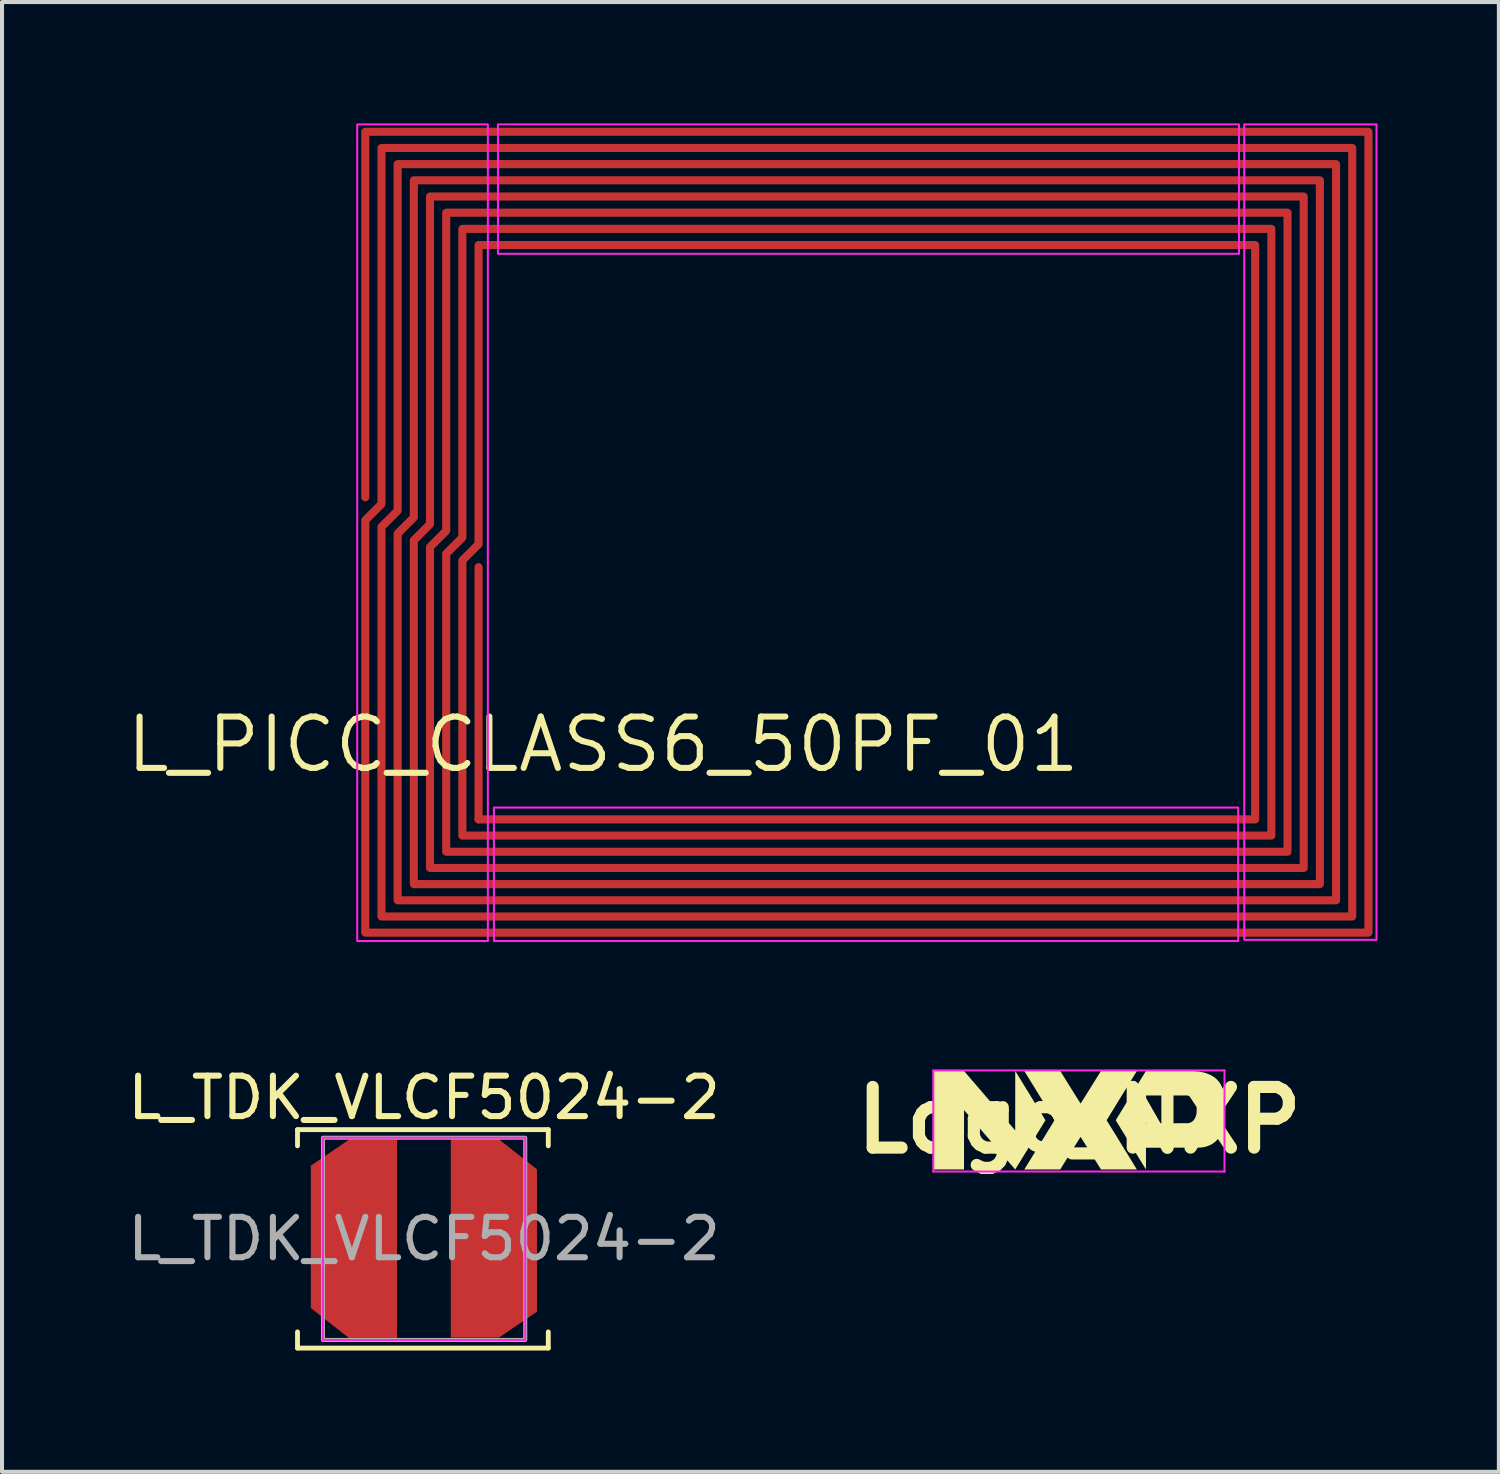
<source format=kicad_pcb>
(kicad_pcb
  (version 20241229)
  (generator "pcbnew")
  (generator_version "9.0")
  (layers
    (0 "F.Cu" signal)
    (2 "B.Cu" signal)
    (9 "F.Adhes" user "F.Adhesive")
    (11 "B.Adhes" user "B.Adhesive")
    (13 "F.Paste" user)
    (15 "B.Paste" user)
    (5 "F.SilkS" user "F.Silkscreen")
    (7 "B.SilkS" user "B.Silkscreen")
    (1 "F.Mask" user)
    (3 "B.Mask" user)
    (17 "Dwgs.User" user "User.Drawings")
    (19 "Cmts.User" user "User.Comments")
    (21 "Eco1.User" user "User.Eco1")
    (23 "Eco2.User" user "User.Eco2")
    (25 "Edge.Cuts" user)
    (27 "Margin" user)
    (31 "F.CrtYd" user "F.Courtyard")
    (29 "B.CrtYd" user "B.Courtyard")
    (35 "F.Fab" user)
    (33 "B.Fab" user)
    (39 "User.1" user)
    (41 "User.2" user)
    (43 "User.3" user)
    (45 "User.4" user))
  (footprint "L_TDK_VLCF5024-2"
    (layer "F.Cu")
    (at 7.435 27.578)
    (property "Reference" "L_TDK_VLCF5024-2" (at 0 -3.49 0) (unlocked yes) (layer "F.SilkS") (effects (font (size 1 1) (thickness 0.15))))
    (attr smd)
    (fp_line (start -3.13 -2.7) (end -3.13 -2.3) (stroke (width 0.12) (type solid)) (layer "F.SilkS"))
    (fp_line (start -3.13 -2.7) (end 3.07 -2.7) (stroke (width 0.12) (type solid)) (layer "F.SilkS"))
    (fp_line (start -3.13 2.7) (end -3.13 2.3) (stroke (width 0.12) (type solid)) (layer "F.SilkS"))
    (fp_line (start -3.13 2.7) (end 3.07 2.7) (stroke (width 0.12) (type solid)) (layer "F.SilkS"))
    (fp_line (start 3.07 -2.7) (end 3.07 -2.3) (stroke (width 0.12) (type solid)) (layer "F.SilkS"))
    (fp_line (start 3.07 2.7) (end 3.07 2.3) (stroke (width 0.12) (type solid)) (layer "F.SilkS"))
    (fp_rect (start -2.5 -2.5) (end 2.5 2.5) (stroke (width 0.05) (type solid)) (fill no) (layer "F.CrtYd"))
    (fp_rect (start -2.5 -2.5) (end 2.5 2.5) (stroke (width 0.1) (type solid)) (fill no) (layer "F.Fab"))
    (fp_text user "${REFERENCE}" (at 0 0 0) (unlocked yes) (layer "F.Fab") (effects (font (size 1 1) (thickness 0.15))))
    (pad "1" smd custom (at -1.27 0) (size 1.2 4.9) (layers "F.Cu" "F.Mask" "F.Paste") (options (anchor rect)) (primitives (gr_poly (pts (xy -1.53 -1.81) (xy -0.59 -2.45) (xy -0.59 2.45) (xy -1.53 1.71)) (width 0) (fill yes))))
    (pad "2" smd custom (at 1.26 -0.01 180) (size 1.2 4.9) (layers "F.Cu" "F.Mask" "F.Paste") (options (anchor rect)) (primitives (gr_poly (pts (xy -1.53 -1.81) (xy -0.59 -2.45) (xy -0.59 2.45) (xy -1.53 1.71)) (width 0) (fill yes)))))
  (footprint "Logo_NXP"
    (layer "F.Cu")
    (at 23.633 24.644)
    (property "Reference" "Logo_NXP" (at 0 0 180) (layer "F.SilkS") (effects (font (size 1.5 1.5) (thickness 0.3))))
    (attr board_only exclude_from_pos_files exclude_from_bom)
    (fp_poly (pts (xy -1.21 -0.609) (xy -1.183 -0.565) (xy -1.156 -0.521) (xy -1.13 -0.478) (xy -1.104 -0.436) (xy -1.079 -0.395) (xy -1.055 -0.356) (xy -1.032 -0.318) (xy -1.009 -0.282) (xy -0.988 -0.247) (xy -0.968 -0.214) (xy -0.949 -0.183) (xy -0.931 -0.154) (xy -0.915 -0.127) (xy -0.9 -0.102) (xy -0.886 -0.08) (xy -0.874 -0.06) (xy -0.863 -0.043) (xy -0.855 -0.028) (xy -0.847 -0.016) (xy -0.842 -0.007) (xy -0.839 -0.002) (xy -0.837 0.001) (xy -0.837 0.001) (xy -0.838 0.003) (xy -0.841 0.008) (xy -0.846 0.016) (xy -0.853 0.027) (xy -0.861 0.041) (xy -0.871 0.057) (xy -0.882 0.076) (xy -0.895 0.097) (xy -0.909 0.12) (xy -0.925 0.145) (xy -0.941 0.172) (xy -0.959 0.201) (xy -0.978 0.232) (xy -0.997 0.264) (xy -1.018 0.297) (xy -1.039 0.331) (xy -1.061 0.367) (xy -1.083 0.403) (xy -1.106 0.44) (xy -1.129 0.478) (xy -1.152 0.517) (xy -1.176 0.555) (xy -1.2 0.594) (xy -1.224 0.633) (xy -1.248 0.672) (xy -1.271 0.71) (xy -1.295 0.749) (xy -1.318 0.786) (xy -1.341 0.823) (xy -1.363 0.86) (xy -1.385 0.895) (xy -1.406 0.929) (xy -1.426 0.962) (xy -1.446 0.994) (xy -1.464 1.024) (xy -1.482 1.053) (xy -1.498 1.079) (xy -1.514 1.104) (xy -1.528 1.127) (xy -1.541 1.148) (xy -1.552 1.166) (xy -1.562 1.182) (xy -1.57 1.195) (xy -1.576 1.205) (xy -1.581 1.213) (xy -1.584 1.217) (xy -1.585 1.218) (xy -1.586 1.217) (xy -1.59 1.213) (xy -1.596 1.206) (xy -1.604 1.196) (xy -1.615 1.183) (xy -1.628 1.168) (xy -1.643 1.151) (xy -1.66 1.131) (xy -1.679 1.11) (xy -1.7 1.086) (xy -1.722 1.059) (xy -1.746 1.031) (xy -1.772 1.001) (xy -1.799 0.97) (xy -1.828 0.936) (xy -1.858 0.901) (xy -1.89 0.865) (xy -1.923 0.826) (xy -1.957 0.787) (xy -1.992 0.746) (xy -2.028 0.705) (xy -2.065 0.662) (xy -2.103 0.618) (xy -2.141 0.573) (xy -2.181 0.527) (xy -2.217 0.484) (xy -2.849 -0.25) (xy -2.85 0.485) (xy -2.85 1.219) (xy -3.225 1.219) (xy -3.601 1.219) (xy -3.601 0.001) (xy -3.601 -1.217) (xy -3.226 -1.217) (xy -2.851 -1.217) (xy -2.218 -0.482) (xy -1.585 0.253) (xy -1.584 -0.482) (xy -1.583 -1.217)) (stroke (width 0) (type solid)) (fill yes) (layer "F.SilkS"))
    (fp_poly (pts (xy 2.279 -1.217) (xy 2.337 -1.217) (xy 2.392 -1.217) (xy 2.445 -1.217) (xy 2.494 -1.217) (xy 2.54 -1.217) (xy 2.582 -1.217) (xy 2.622 -1.217) (xy 2.658 -1.216) (xy 2.691 -1.216) (xy 2.72 -1.216) (xy 2.746 -1.216) (xy 2.768 -1.216) (xy 2.787 -1.216) (xy 2.802 -1.216) (xy 2.813 -1.215) (xy 2.82 -1.215) (xy 2.822 -1.215) (xy 2.888 -1.21) (xy 2.951 -1.203) (xy 3.01 -1.193) (xy 3.067 -1.181) (xy 3.12 -1.166) (xy 3.171 -1.149) (xy 3.218 -1.13) (xy 3.263 -1.108) (xy 3.305 -1.083) (xy 3.343 -1.057) (xy 3.379 -1.028) (xy 3.412 -0.996) (xy 3.431 -0.975) (xy 3.458 -0.941) (xy 3.483 -0.905) (xy 3.505 -0.867) (xy 3.525 -0.827) (xy 3.542 -0.784) (xy 3.557 -0.738) (xy 3.57 -0.69) (xy 3.581 -0.64) (xy 3.589 -0.586) (xy 3.596 -0.529) (xy 3.6 -0.469) (xy 3.6 -0.453) (xy 3.601 -0.442) (xy 3.601 -0.427) (xy 3.601 -0.41) (xy 3.602 -0.39) (xy 3.602 -0.367) (xy 3.602 -0.343) (xy 3.602 -0.318) (xy 3.602 -0.292) (xy 3.602 -0.265) (xy 3.602 -0.238) (xy 3.602 -0.211) (xy 3.602 -0.184) (xy 3.602 -0.159) (xy 3.602 -0.134) (xy 3.602 -0.112) (xy 3.602 -0.092) (xy 3.601 -0.074) (xy 3.601 -0.059) (xy 3.601 -0.047) (xy 3.6 -0.042) (xy 3.596 0.019) (xy 3.588 0.079) (xy 3.578 0.135) (xy 3.565 0.19) (xy 3.549 0.242) (xy 3.531 0.291) (xy 3.509 0.338) (xy 3.485 0.382) (xy 3.458 0.424) (xy 3.429 0.463) (xy 3.425 0.468) (xy 3.393 0.502) (xy 3.359 0.534) (xy 3.323 0.562) (xy 3.284 0.588) (xy 3.243 0.611) (xy 3.199 0.63) (xy 3.153 0.647) (xy 3.105 0.66) (xy 3.067 0.668) (xy 3.061 0.669) (xy 3.056 0.67) (xy 3.051 0.671) (xy 3.047 0.672) (xy 3.043 0.672) (xy 3.038 0.673) (xy 3.034 0.674) (xy 3.029 0.674) (xy 3.024 0.675) (xy 3.018 0.675) (xy 3.012 0.676) (xy 3.004 0.676) (xy 2.996 0.677) (xy 2.987 0.677) (xy 2.977 0.678) (xy 2.965 0.678) (xy 2.952 0.678) (xy 2.938 0.678) (xy 2.921 0.679) (xy 2.903 0.679) (xy 2.883 0.679) (xy 2.861 0.679) (xy 2.837 0.679) (xy 2.81 0.679) (xy 2.781 0.679) (xy 2.749 0.679) (xy 2.715 0.68) (xy 2.678 0.68) (xy 2.637 0.68) (xy 2.594 0.68) (xy 2.547 0.68) (xy 2.497 0.68) (xy 2.444 0.68) (xy 2.387 0.68) (xy 2.326 0.68) (xy 2.32 0.68) (xy 1.649 0.681) (xy 1.648 0.95) (xy 1.648 1.219) (xy 1.275 0.611) (xy 1.247 0.566) (xy 1.22 0.522) (xy 1.194 0.48) (xy 1.168 0.438) (xy 1.143 0.397) (xy 1.119 0.358) (xy 1.096 0.32) (xy 1.074 0.284) (xy 1.052 0.249) (xy 1.032 0.216) (xy 1.013 0.185) (xy 0.996 0.156) (xy 0.979 0.129) (xy 0.964 0.104) (xy 0.95 0.082) (xy 0.938 0.062) (xy 0.928 0.045) (xy 0.919 0.03) (xy 0.912 0.018) (xy 0.906 0.01) (xy 0.903 0.004) (xy 0.901 0.001) (xy 0.901 0.001) (xy 0.902 -0.001) (xy 0.905 -0.006) (xy 0.91 -0.014) (xy 0.917 -0.025) (xy 0.925 -0.039) (xy 0.935 -0.055) (xy 0.947 -0.075) (xy 0.96 -0.096) (xy 0.975 -0.12) (xy 0.991 -0.147) (xy 1.009 -0.175) (xy 1.027 -0.206) (xy 1.047 -0.238) (xy 1.068 -0.273) (xy 1.09 -0.309) (xy 1.113 -0.346) (xy 1.137 -0.385) (xy 1.162 -0.425) (xy 1.187 -0.467) (xy 1.213 -0.51) (xy 1.24 -0.553) (xy 1.267 -0.598) (xy 1.274 -0.609) (xy 1.276 -0.612) (xy 1.651 -0.612) (xy 1.651 -0.268) (xy 1.651 0.076) (xy 2.163 0.076) (xy 2.218 0.076) (xy 2.27 0.076) (xy 2.32 0.076) (xy 2.367 0.076) (xy 2.411 0.076) (xy 2.452 0.075) (xy 2.49 0.075) (xy 2.525 0.075) (xy 2.557 0.075) (xy 2.586 0.075) (xy 2.612 0.075) (xy 2.634 0.075) (xy 2.652 0.075) (xy 2.667 0.074) (xy 2.679 0.074) (xy 2.687 0.074) (xy 2.69 0.074) (xy 2.691 0.074) (xy 2.72 0.068) (xy 2.747 0.059) (xy 2.772 0.047) (xy 2.795 0.032) (xy 2.816 0.013) (xy 2.835 -0.009) (xy 2.852 -0.034) (xy 2.866 -0.062) (xy 2.879 -0.093) (xy 2.889 -0.126) (xy 2.897 -0.163) (xy 2.898 -0.169) (xy 2.899 -0.177) (xy 2.9 -0.187) (xy 2.9 -0.201) (xy 2.901 -0.217) (xy 2.901 -0.234) (xy 2.902 -0.253) (xy 2.902 -0.273) (xy 2.902 -0.293) (xy 2.902 -0.313) (xy 2.902 -0.332) (xy 2.902 -0.349) (xy 2.902 -0.365) (xy 2.902 -0.378) (xy 2.901 -0.389) (xy 2.901 -0.391) (xy 2.896 -0.424) (xy 2.889 -0.454) (xy 2.879 -0.481) (xy 2.867 -0.504) (xy 2.86 -0.515) (xy 2.85 -0.526) (xy 2.839 -0.538) (xy 2.827 -0.55) (xy 2.815 -0.56) (xy 2.803 -0.567) (xy 2.782 -0.579) (xy 2.757 -0.589) (xy 2.729 -0.597) (xy 2.698 -0.604) (xy 2.683 -0.607) (xy 2.657 -0.611) (xy 2.154 -0.612) (xy 1.651 -0.612) (xy 1.276 -0.612) (xy 1.648 -1.217) (xy 2.218 -1.217)) (stroke (width 0) (type solid)) (fill yes) (layer "F.SilkS"))
    (fp_poly (pts (xy 0.98 -1.217) (xy 1.423 -1.216) (xy 1.053 -0.613) (xy 1.026 -0.569) (xy 0.999 -0.525) (xy 0.973 -0.482) (xy 0.947 -0.441) (xy 0.922 -0.4) (xy 0.898 -0.361) (xy 0.875 -0.323) (xy 0.853 -0.287) (xy 0.831 -0.252) (xy 0.811 -0.219) (xy 0.792 -0.188) (xy 0.774 -0.159) (xy 0.758 -0.132) (xy 0.743 -0.107) (xy 0.729 -0.085) (xy 0.717 -0.065) (xy 0.706 -0.048) (xy 0.697 -0.034) (xy 0.69 -0.022) (xy 0.685 -0.013) (xy 0.681 -0.007) (xy 0.68 -0.005) (xy 0.68 -0.005) (xy 0.676 0.001) (xy 1.05 0.609) (xy 1.077 0.654) (xy 1.104 0.698) (xy 1.13 0.741) (xy 1.156 0.782) (xy 1.181 0.823) (xy 1.205 0.862) (xy 1.228 0.9) (xy 1.251 0.937) (xy 1.272 0.971) (xy 1.292 1.004) (xy 1.311 1.035) (xy 1.329 1.064) (xy 1.345 1.091) (xy 1.36 1.116) (xy 1.374 1.138) (xy 1.386 1.158) (xy 1.397 1.175) (xy 1.406 1.189) (xy 1.413 1.201) (xy 1.418 1.21) (xy 1.422 1.215) (xy 1.423 1.218) (xy 1.423 1.218) (xy 1.421 1.218) (xy 1.416 1.218) (xy 1.406 1.218) (xy 1.394 1.218) (xy 1.378 1.218) (xy 1.359 1.219) (xy 1.338 1.219) (xy 1.313 1.219) (xy 1.287 1.219) (xy 1.257 1.219) (xy 1.226 1.219) (xy 1.193 1.219) (xy 1.158 1.219) (xy 1.121 1.219) (xy 1.083 1.219) (xy 1.043 1.219) (xy 1.002 1.219) (xy 0.98 1.218) (xy 0.536 1.218) (xy 0.284 0.814) (xy 0.257 0.77) (xy 0.231 0.729) (xy 0.206 0.689) (xy 0.183 0.652) (xy 0.161 0.617) (xy 0.141 0.585) (xy 0.122 0.555) (xy 0.105 0.528) (xy 0.09 0.504) (xy 0.076 0.482) (xy 0.064 0.463) (xy 0.054 0.447) (xy 0.045 0.434) (xy 0.039 0.424) (xy 0.034 0.417) (xy 0.031 0.413) (xy 0.031 0.413) (xy 0.03 0.415) (xy 0.026 0.42) (xy 0.021 0.428) (xy 0.015 0.438) (xy 0.006 0.452) (xy -0.004 0.468) (xy -0.016 0.487) (xy -0.029 0.508) (xy -0.043 0.531) (xy -0.059 0.556) (xy -0.076 0.583) (xy -0.093 0.612) (xy -0.112 0.642) (xy -0.132 0.674) (xy -0.153 0.707) (xy -0.174 0.741) (xy -0.196 0.776) (xy -0.219 0.812) (xy -0.221 0.817) (xy -0.472 1.218) (xy -0.915 1.218) (xy -0.957 1.219) (xy -0.997 1.219) (xy -1.036 1.219) (xy -1.073 1.219) (xy -1.109 1.219) (xy -1.144 1.219) (xy -1.176 1.219) (xy -1.207 1.219) (xy -1.235 1.219) (xy -1.26 1.219) (xy -1.284 1.219) (xy -1.304 1.219) (xy -1.321 1.218) (xy -1.336 1.218) (xy -1.347 1.218) (xy -1.354 1.218) (xy -1.358 1.218) (xy -1.359 1.218) (xy -1.358 1.217) (xy -1.355 1.212) (xy -1.35 1.204) (xy -1.343 1.193) (xy -1.335 1.179) (xy -1.325 1.162) (xy -1.313 1.143) (xy -1.3 1.122) (xy -1.285 1.098) (xy -1.269 1.071) (xy -1.252 1.043) (xy -1.233 1.012) (xy -1.213 0.98) (xy -1.192 0.946) (xy -1.17 0.91) (xy -1.147 0.872) (xy -1.123 0.834) (xy -1.098 0.793) (xy -1.073 0.752) (xy -1.047 0.709) (xy -1.02 0.666) (xy -0.993 0.621) (xy -0.986 0.61) (xy -0.958 0.565) (xy -0.931 0.521) (xy -0.905 0.478) (xy -0.879 0.436) (xy -0.854 0.396) (xy -0.83 0.356) (xy -0.807 0.319) (xy -0.785 0.282) (xy -0.764 0.248) (xy -0.743 0.215) (xy -0.724 0.184) (xy -0.707 0.155) (xy -0.69 0.128) (xy -0.675 0.103) (xy -0.661 0.081) (xy -0.649 0.061) (xy -0.639 0.044) (xy -0.63 0.03) (xy -0.623 0.018) (xy -0.617 0.009) (xy -0.614 0.003) (xy -0.612 0.001) (xy -0.612 0.001) (xy -0.613 -0.001) (xy -0.616 -0.006) (xy -0.621 -0.014) (xy -0.628 -0.025) (xy -0.636 -0.039) (xy -0.646 -0.055) (xy -0.658 -0.074) (xy -0.671 -0.096) (xy -0.686 -0.12) (xy -0.702 -0.146) (xy -0.72 -0.175) (xy -0.738 -0.205) (xy -0.758 -0.237) (xy -0.779 -0.272) (xy -0.801 -0.307) (xy -0.824 -0.345) (xy -0.848 -0.384) (xy -0.873 -0.424) (xy -0.898 -0.465) (xy -0.924 -0.508) (xy -0.951 -0.551) (xy -0.978 -0.596) (xy -0.982 -0.602) (xy -1.009 -0.647) (xy -1.036 -0.691) (xy -1.063 -0.733) (xy -1.088 -0.775) (xy -1.113 -0.816) (xy -1.137 -0.855) (xy -1.16 -0.893) (xy -1.183 -0.929) (xy -1.204 -0.964) (xy -1.224 -0.996) (xy -1.243 -1.028) (xy -1.261 -1.057) (xy -1.278 -1.083) (xy -1.293 -1.108) (xy -1.306 -1.13) (xy -1.318 -1.15) (xy -1.329 -1.167) (xy -1.338 -1.182) (xy -1.345 -1.194) (xy -1.351 -1.202) (xy -1.354 -1.208) (xy -1.356 -1.211) (xy -1.356 -1.211) (xy -1.359 -1.217) (xy -0.915 -1.217) (xy -0.471 -1.217) (xy -0.221 -0.814) (xy -0.198 -0.778) (xy -0.176 -0.743) (xy -0.155 -0.708) (xy -0.134 -0.675) (xy -0.114 -0.643) (xy -0.095 -0.613) (xy -0.077 -0.584) (xy -0.06 -0.557) (xy -0.044 -0.532) (xy -0.029 -0.508) (xy -0.016 -0.487) (xy -0.004 -0.469) (xy 0.006 -0.452) (xy 0.015 -0.438) (xy 0.022 -0.427) (xy 0.027 -0.419) (xy 0.031 -0.414) (xy 0.032 -0.412) (xy 0.032 -0.412) (xy 0.033 -0.413) (xy 0.036 -0.418) (xy 0.041 -0.426) (xy 0.048 -0.437) (xy 0.057 -0.45) (xy 0.067 -0.466) (xy 0.079 -0.484) (xy 0.092 -0.505) (xy 0.106 -0.528) (xy 0.122 -0.553) (xy 0.139 -0.58) (xy 0.156 -0.608) (xy 0.175 -0.639) (xy 0.195 -0.67) (xy 0.216 -0.703) (xy 0.237 -0.737) (xy 0.259 -0.772) (xy 0.281 -0.808) (xy 0.282 -0.81) (xy 0.305 -0.846) (xy 0.327 -0.881) (xy 0.348 -0.916) (xy 0.369 -0.949) (xy 0.389 -0.981) (xy 0.408 -1.011) (xy 0.426 -1.04) (xy 0.443 -1.067) (xy 0.459 -1.092) (xy 0.473 -1.116) (xy 0.486 -1.137) (xy 0.498 -1.156) (xy 0.508 -1.172) (xy 0.517 -1.186) (xy 0.524 -1.197) (xy 0.529 -1.205) (xy 0.533 -1.211) (xy 0.534 -1.213) (xy 0.534 -1.213) (xy 0.538 -1.217)) (stroke (width 0) (type solid)) (fill yes) (layer "F.SilkS"))
    (fp_line (start -3.61 -1.23) (end 3.59 -1.23) (stroke (width 0.05) (type default)) (layer "F.CrtYd"))
    (fp_line (start -3.61 1.27) (end -3.61 -1.23) (stroke (width 0.05) (type default)) (layer "F.CrtYd"))
    (fp_line (start 3.59 -1.23) (end 3.59 1.27) (stroke (width 0.05) (type default)) (layer "F.CrtYd"))
    (fp_line (start 3.59 1.27) (end -3.61 1.27) (stroke (width 0.05) (type default)) (layer "F.CrtYd")))
  (footprint "L_PICC_CLASS6_50PF_01"
    (layer "F.Cu")
    (at 18.661 9.955)
    (property "Reference" "L_PICC_CLASS6_50PF_01" (at -6.8 5.4 0) (layer "F.SilkS") (effects (font (size 1.27 1.27) (thickness 0.15))))
    (attr smd allow_missing_courtyard)
    (fp_rect (start -12.88 -9.93) (end -9.65 10.26) (stroke (width 0.05) (type default)) (fill no) (layer "F.CrtYd"))
    (fp_rect (start -9.5 6.96) (end 8.9 10.26) (stroke (width 0.05) (type default)) (fill no) (layer "F.CrtYd"))
    (fp_rect (start -9.4 -9.93) (end 8.92 -6.73) (stroke (width 0.05) (type default)) (fill no) (layer "F.CrtYd"))
    (fp_rect (start 9.05 -9.93) (end 12.32 10.23) (stroke (width 0.05) (type default)) (fill no) (layer "F.CrtYd"))
    (pad "1" smd custom (at -12.68 -0.71 270) (size 0.2 0.2) (layers "F.Cu") (options (anchor circle)) (primitives (gr_line (start 0 0) (end -9.037 0) (width 0.2)) (gr_line (start -9.037 0) (end -9.037 -24.8) (width 0.2)) (gr_line (start -9.037 -24.8) (end 10.763 -24.8) (width 0.2)) (gr_line (start 10.763 -24.8) (end 10.763 0) (width 0.2)) (gr_line (start 10.763 0) (end 0.566 0) (width 0.2)) (gr_line (start 0.566 0) (end 0.166 -0.4) (width 0.2)) (gr_line (start 0.166 -0.4) (end -8.637 -0.4) (width 0.2)) (gr_line (start -8.637 -0.4) (end -8.637 -24.4) (width 0.2)) (gr_line (start -8.637 -24.4) (end 10.363 -24.4) (width 0.2)) (gr_line (start 10.363 -24.4) (end 10.363 -0.4) (width 0.2)) (gr_line (start 10.363 -0.4) (end 0.731 -0.4) (width 0.2)) (gr_line (start 0.731 -0.4) (end 0.331 -0.8) (width 0.2)) (gr_line (start 0.331 -0.8) (end -8.237 -0.8) (width 0.2)) (gr_line (start -8.237 -0.8) (end -8.237 -24) (width 0.2)) (gr_line (start -8.237 -24) (end 9.963 -24) (width 0.2)) (gr_line (start 9.963 -24) (end 9.963 -0.8) (width 0.2)) (gr_line (start 9.963 -0.8) (end 0.897 -0.8) (width 0.2)) (gr_line (start 0.897 -0.8) (end 0.497 -1.2) (width 0.2)) (gr_line (start 0.497 -1.2) (end -7.837 -1.2) (width 0.2)) (gr_line (start -7.837 -1.2) (end -7.837 -23.6) (width 0.2)) (gr_line (start -7.837 -23.6) (end 9.563 -23.6) (width 0.2)) (gr_line (start 9.563 -23.6) (end 9.563 -1.2) (width 0.2)) (gr_line (start 9.563 -1.2) (end 1.063 -1.2) (width 0.2)) (gr_line (start 1.063 -1.2) (end 0.663 -1.6) (width 0.2)) (gr_line (start 0.663 -1.6) (end -7.437 -1.6) (width 0.2)) (gr_line (start -7.437 -1.6) (end -7.437 -23.2) (width 0.2)) (gr_line (start -7.437 -23.2) (end 9.163 -23.2) (width 0.2)) (gr_line (start 9.163 -23.2) (end 9.163 -1.6) (width 0.2)) (gr_line (start 9.163 -1.6) (end 1.228 -1.6) (width 0.2)) (gr_line (start 1.228 -1.6) (end 0.828 -2) (width 0.2)) (gr_line (start 0.828 -2) (end -7.037 -2) (width 0.2)) (gr_line (start -7.037 -2) (end -7.037 -22.8) (width 0.2)) (gr_line (start -7.037 -22.8) (end 8.763 -22.8) (width 0.2)) (gr_line (start 8.763 -22.8) (end 8.763 -2) (width 0.2)) (gr_line (start 8.763 -2) (end 1.394 -2) (width 0.2)) (gr_line (start 1.394 -2) (end 0.994 -2.4) (width 0.2)) (gr_line (start 0.994 -2.4) (end -6.637 -2.4) (width 0.2)) (gr_line (start -6.637 -2.4) (end -6.637 -22.4) (width 0.2)) (gr_line (start -6.637 -22.4) (end 8.363 -22.4) (width 0.2)) (gr_line (start 8.363 -22.4) (end 8.363 -2.4) (width 0.2)) (gr_line (start 8.363 -2.4) (end 1.56 -2.4) (width 0.2)) (gr_line (start 1.56 -2.4) (end 1.16 -2.8) (width 0.2)) (gr_line (start 1.16 -2.8) (end -6.237 -2.8) (width 0.2)) (gr_line (start -6.237 -2.8) (end -6.237 -22) (width 0.2)) (gr_line (start -6.237 -22) (end 7.963 -22) (width 0.2)) (gr_line (start 7.963 -22) (end 7.963 -2.8) (width 0.2))))
    (pad "2" smd custom (at -9.88 1.015 270) (size 0.2 0.2) (layers "F.Cu") (options (anchor circle)) (primitives (gr_line (start 0 0) (end 6.237 0) (width 0.2)))))
  (gr_rect
    (start -3 -3)
    (end 34.006 33.338)
    (stroke (width 0.1) (type default))
    (fill no)
    (layer "Edge.Cuts")))
</source>
